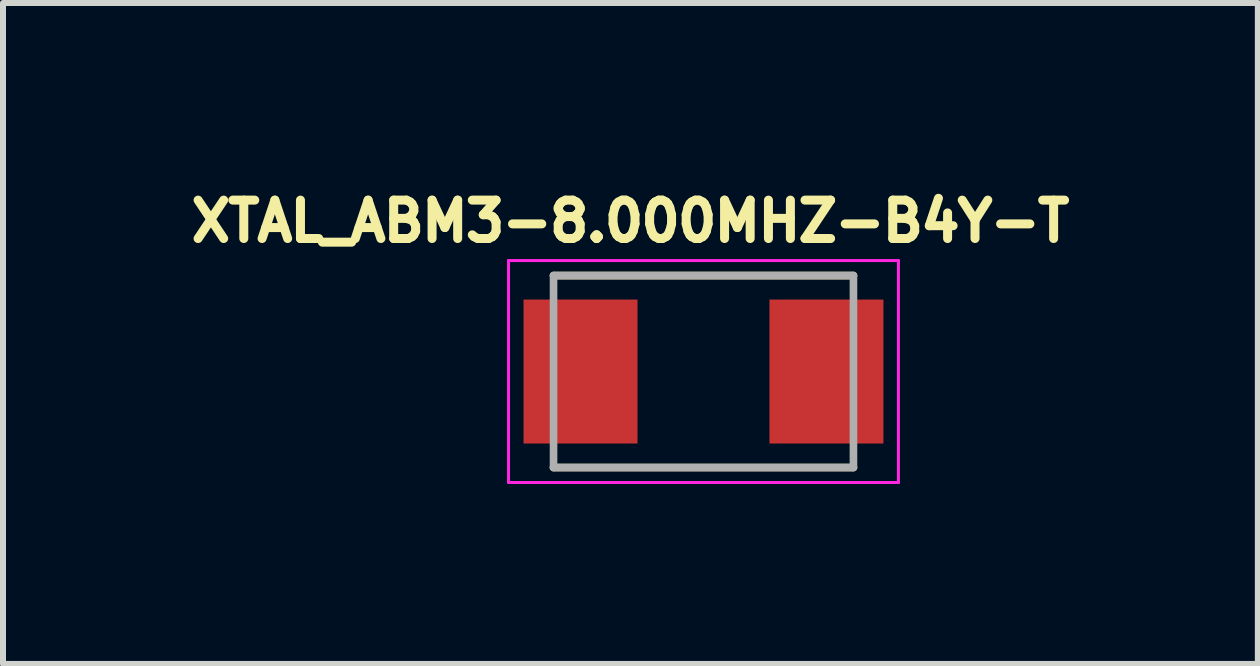
<source format=kicad_pcb>
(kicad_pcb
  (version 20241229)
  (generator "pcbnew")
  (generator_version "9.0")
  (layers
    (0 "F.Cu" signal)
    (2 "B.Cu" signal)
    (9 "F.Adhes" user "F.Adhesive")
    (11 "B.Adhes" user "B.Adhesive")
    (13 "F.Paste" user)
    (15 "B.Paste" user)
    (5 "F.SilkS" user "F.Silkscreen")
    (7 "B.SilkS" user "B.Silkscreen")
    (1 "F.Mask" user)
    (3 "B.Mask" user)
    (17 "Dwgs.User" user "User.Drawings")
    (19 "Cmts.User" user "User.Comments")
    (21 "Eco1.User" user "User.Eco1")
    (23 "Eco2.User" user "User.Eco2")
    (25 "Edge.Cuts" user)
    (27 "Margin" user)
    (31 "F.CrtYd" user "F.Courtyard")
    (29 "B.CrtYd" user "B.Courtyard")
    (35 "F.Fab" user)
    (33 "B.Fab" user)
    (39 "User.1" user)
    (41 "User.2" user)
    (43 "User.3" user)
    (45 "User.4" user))
  (footprint "XTAL_ABM3-8.000MHZ-B4Y-T"
    (layer "F.Cu")
    (at 8.678 3.144)
    (property "Reference" "XTAL_ABM3-8.000MHZ-B4Y-T" (at -1.218 -2.506 0) (layer "F.SilkS") (effects (font (size 0.64 0.64) (thickness 0.15))))
    (attr smd)
    (fp_line (start -2.5 -1.6) (end 2.5 -1.6) (stroke (width 0.127) (type solid)) (layer "F.SilkS"))
    (fp_line (start -2.5 1.6) (end 2.5 1.6) (stroke (width 0.127) (type solid)) (layer "F.SilkS"))
    (fp_line (start -3.25 -1.85) (end -3.25 1.85) (stroke (width 0.05) (type solid)) (layer "F.CrtYd"))
    (fp_line (start -3.25 1.85) (end 3.25 1.85) (stroke (width 0.05) (type solid)) (layer "F.CrtYd"))
    (fp_line (start 3.25 -1.85) (end -3.25 -1.85) (stroke (width 0.05) (type solid)) (layer "F.CrtYd"))
    (fp_line (start 3.25 1.85) (end 3.25 -1.85) (stroke (width 0.05) (type solid)) (layer "F.CrtYd"))
    (fp_line (start -2.5 -1.6) (end -2.5 1.6) (stroke (width 0.127) (type solid)) (layer "F.Fab"))
    (fp_line (start -2.5 -1.6) (end 2.5 -1.6) (stroke (width 0.127) (type solid)) (layer "F.Fab"))
    (fp_line (start -2.5 1.6) (end 2.5 1.6) (stroke (width 0.127) (type solid)) (layer "F.Fab"))
    (fp_line (start 2.5 -1.6) (end 2.5 1.6) (stroke (width 0.127) (type solid)) (layer "F.Fab"))
    (pad "1" smd rect (at -2.05 0) (size 1.9 2.4) (layers "F.Cu" "F.Mask" "F.Paste"))
    (pad "2" smd rect (at 2.05 0) (size 1.9 2.4) (layers "F.Cu" "F.Mask" "F.Paste")))
  (gr_rect
    (start -3 -3)
    (end 17.92 8.019)
    (stroke (width 0.1) (type default))
    (fill no)
    (layer "Edge.Cuts")))
</source>
